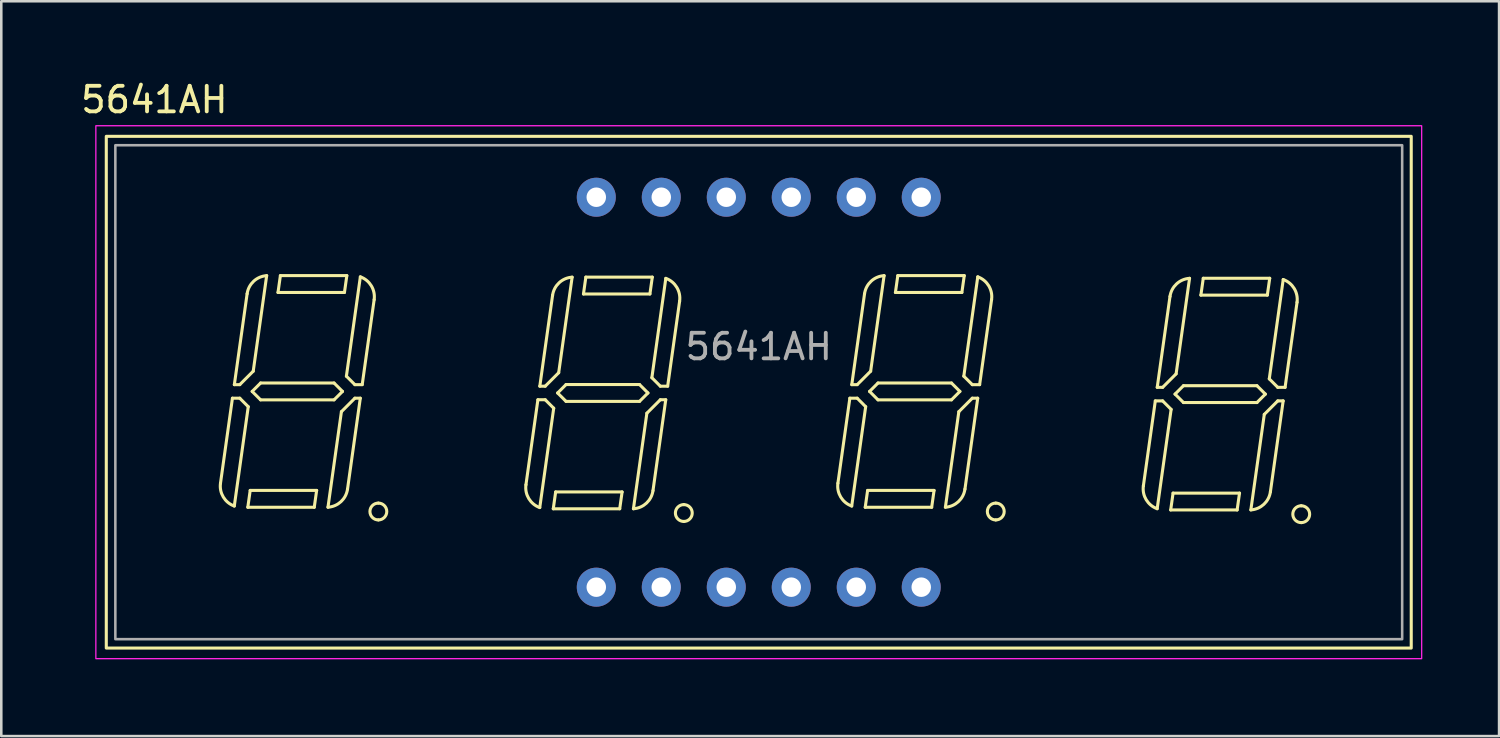
<source format=kicad_pcb>
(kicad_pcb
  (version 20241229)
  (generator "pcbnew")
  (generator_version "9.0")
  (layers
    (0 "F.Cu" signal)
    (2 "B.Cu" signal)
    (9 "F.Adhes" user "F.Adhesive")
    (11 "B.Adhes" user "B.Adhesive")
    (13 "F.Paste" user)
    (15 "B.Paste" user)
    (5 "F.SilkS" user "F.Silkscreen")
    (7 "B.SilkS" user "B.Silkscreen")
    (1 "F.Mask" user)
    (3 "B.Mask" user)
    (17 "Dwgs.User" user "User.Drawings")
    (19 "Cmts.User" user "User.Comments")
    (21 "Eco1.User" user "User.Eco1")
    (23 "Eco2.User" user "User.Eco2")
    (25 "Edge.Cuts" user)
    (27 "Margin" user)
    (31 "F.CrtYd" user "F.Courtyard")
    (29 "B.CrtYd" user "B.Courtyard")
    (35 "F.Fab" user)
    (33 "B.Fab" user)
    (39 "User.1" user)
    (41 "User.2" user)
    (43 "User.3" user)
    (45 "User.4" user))
  (footprint "5641AH"
    (layer "F.Cu")
    (at 26.604 12.278)
    (property "Reference" "5641AH" (at -23.622 -11.43 0) (unlocked yes) (layer "F.SilkS") (effects (font (size 1 1) (thickness 0.15))))
    (attr through_hole)
    (fp_line (start -20.57 0.235) (end -21.037 3.558) (stroke (width 0.12) (type solid)) (layer "F.SilkS"))
    (fp_line (start -20.497 4.449) (end -19.952 0.567) (stroke (width 0.12) (type solid)) (layer "F.SilkS"))
    (fp_line (start -20.495 -0.295) (end -20.283 -0.295) (stroke (width 0.12) (type solid)) (layer "F.SilkS"))
    (fp_line (start -20.283 -0.295) (end -19.757 -0.821) (stroke (width 0.12) (type solid)) (layer "F.SilkS"))
    (fp_line (start -20.283 0.235) (end -20.57 0.235) (stroke (width 0.12) (type solid)) (layer "F.SilkS"))
    (fp_line (start -19.996 -3.847) (end -20.495 -0.295) (stroke (width 0.12) (type solid)) (layer "F.SilkS"))
    (fp_line (start -19.969 4.497) (end -17.372 4.497) (stroke (width 0.12) (type solid)) (layer "F.SilkS"))
    (fp_line (start -19.952 0.567) (end -20.283 0.235) (stroke (width 0.12) (type solid)) (layer "F.SilkS"))
    (fp_line (start -19.876 3.839) (end -19.969 4.497) (stroke (width 0.12) (type solid)) (layer "F.SilkS"))
    (fp_line (start -19.799 -0.03) (end -19.47 0.299) (stroke (width 0.12) (type solid)) (layer "F.SilkS"))
    (fp_line (start -19.757 -0.821) (end -19.232 -4.555) (stroke (width 0.12) (type solid)) (layer "F.SilkS"))
    (fp_line (start -19.47 -0.359) (end -19.799 -0.03) (stroke (width 0.12) (type solid)) (layer "F.SilkS"))
    (fp_line (start -19.47 0.299) (end -16.598 0.299) (stroke (width 0.12) (type solid)) (layer "F.SilkS"))
    (fp_line (start -18.789 -3.898) (end -16.192 -3.898) (stroke (width 0.12) (type solid)) (layer "F.SilkS"))
    (fp_line (start -18.696 -4.556) (end -18.789 -3.898) (stroke (width 0.12) (type solid)) (layer "F.SilkS"))
    (fp_line (start -17.372 4.497) (end -17.279 3.839) (stroke (width 0.12) (type solid)) (layer "F.SilkS"))
    (fp_line (start -17.279 3.839) (end -19.876 3.839) (stroke (width 0.12) (type solid)) (layer "F.SilkS"))
    (fp_line (start -16.598 -0.359) (end -19.47 -0.359) (stroke (width 0.12) (type solid)) (layer "F.SilkS"))
    (fp_line (start -16.598 0.299) (end -16.269 -0.03) (stroke (width 0.12) (type solid)) (layer "F.SilkS"))
    (fp_line (start -16.311 0.762) (end -16.836 4.495) (stroke (width 0.12) (type solid)) (layer "F.SilkS"))
    (fp_line (start -16.269 -0.03) (end -16.598 -0.359) (stroke (width 0.12) (type solid)) (layer "F.SilkS"))
    (fp_line (start -16.192 -3.898) (end -16.099 -4.556) (stroke (width 0.12) (type solid)) (layer "F.SilkS"))
    (fp_line (start -16.116 -0.626) (end -15.785 -0.295) (stroke (width 0.12) (type solid)) (layer "F.SilkS"))
    (fp_line (start -16.099 -4.556) (end -18.696 -4.556) (stroke (width 0.12) (type solid)) (layer "F.SilkS"))
    (fp_line (start -16.072 3.788) (end -15.573 0.235) (stroke (width 0.12) (type solid)) (layer "F.SilkS"))
    (fp_line (start -15.785 -0.295) (end -15.498 -0.295) (stroke (width 0.12) (type solid)) (layer "F.SilkS"))
    (fp_line (start -15.785 0.235) (end -16.311 0.762) (stroke (width 0.12) (type solid)) (layer "F.SilkS"))
    (fp_line (start -15.573 0.235) (end -15.785 0.235) (stroke (width 0.12) (type solid)) (layer "F.SilkS"))
    (fp_line (start -15.571 -4.508) (end -16.116 -0.626) (stroke (width 0.12) (type solid)) (layer "F.SilkS"))
    (fp_line (start -15.498 -0.295) (end -15.031 -3.618) (stroke (width 0.12) (type solid)) (layer "F.SilkS"))
    (fp_line (start -8.632 0.295) (end -9.099 3.618) (stroke (width 0.12) (type solid)) (layer "F.SilkS"))
    (fp_line (start -8.559 4.508) (end -8.014 0.626) (stroke (width 0.12) (type solid)) (layer "F.SilkS"))
    (fp_line (start -8.557 -0.235) (end -8.345 -0.235) (stroke (width 0.12) (type solid)) (layer "F.SilkS"))
    (fp_line (start -8.345 -0.235) (end -7.819 -0.762) (stroke (width 0.12) (type solid)) (layer "F.SilkS"))
    (fp_line (start -8.345 0.295) (end -8.632 0.295) (stroke (width 0.12) (type solid)) (layer "F.SilkS"))
    (fp_line (start -8.058 -3.788) (end -8.557 -0.235) (stroke (width 0.12) (type solid)) (layer "F.SilkS"))
    (fp_line (start -8.031 4.556) (end -5.434 4.556) (stroke (width 0.12) (type solid)) (layer "F.SilkS"))
    (fp_line (start -8.014 0.626) (end -8.345 0.295) (stroke (width 0.12) (type solid)) (layer "F.SilkS"))
    (fp_line (start -7.938 3.898) (end -8.031 4.556) (stroke (width 0.12) (type solid)) (layer "F.SilkS"))
    (fp_line (start -7.861 0.03) (end -7.532 0.359) (stroke (width 0.12) (type solid)) (layer "F.SilkS"))
    (fp_line (start -7.819 -0.762) (end -7.294 -4.495) (stroke (width 0.12) (type solid)) (layer "F.SilkS"))
    (fp_line (start -7.532 -0.299) (end -7.861 0.03) (stroke (width 0.12) (type solid)) (layer "F.SilkS"))
    (fp_line (start -7.532 0.359) (end -4.66 0.359) (stroke (width 0.12) (type solid)) (layer "F.SilkS"))
    (fp_line (start -6.851 -3.839) (end -4.254 -3.839) (stroke (width 0.12) (type solid)) (layer "F.SilkS"))
    (fp_line (start -6.758 -4.497) (end -6.851 -3.839) (stroke (width 0.12) (type solid)) (layer "F.SilkS"))
    (fp_line (start -5.434 4.556) (end -5.341 3.898) (stroke (width 0.12) (type solid)) (layer "F.SilkS"))
    (fp_line (start -5.341 3.898) (end -7.938 3.898) (stroke (width 0.12) (type solid)) (layer "F.SilkS"))
    (fp_line (start -4.66 -0.299) (end -7.532 -0.299) (stroke (width 0.12) (type solid)) (layer "F.SilkS"))
    (fp_line (start -4.66 0.359) (end -4.331 0.03) (stroke (width 0.12) (type solid)) (layer "F.SilkS"))
    (fp_line (start -4.373 0.821) (end -4.898 4.555) (stroke (width 0.12) (type solid)) (layer "F.SilkS"))
    (fp_line (start -4.331 0.03) (end -4.66 -0.299) (stroke (width 0.12) (type solid)) (layer "F.SilkS"))
    (fp_line (start -4.254 -3.839) (end -4.161 -4.497) (stroke (width 0.12) (type solid)) (layer "F.SilkS"))
    (fp_line (start -4.178 -0.567) (end -3.847 -0.235) (stroke (width 0.12) (type solid)) (layer "F.SilkS"))
    (fp_line (start -4.161 -4.497) (end -6.758 -4.497) (stroke (width 0.12) (type solid)) (layer "F.SilkS"))
    (fp_line (start -4.134 3.847) (end -3.635 0.295) (stroke (width 0.12) (type solid)) (layer "F.SilkS"))
    (fp_line (start -3.847 -0.235) (end -3.56 -0.235) (stroke (width 0.12) (type solid)) (layer "F.SilkS"))
    (fp_line (start -3.847 0.295) (end -4.373 0.821) (stroke (width 0.12) (type solid)) (layer "F.SilkS"))
    (fp_line (start -3.635 0.295) (end -3.847 0.295) (stroke (width 0.12) (type solid)) (layer "F.SilkS"))
    (fp_line (start -3.633 -4.449) (end -4.178 -0.567) (stroke (width 0.12) (type solid)) (layer "F.SilkS"))
    (fp_line (start -3.56 -0.235) (end -3.093 -3.558) (stroke (width 0.12) (type solid)) (layer "F.SilkS"))
    (fp_line (start 3.56 0.235) (end 3.093 3.558) (stroke (width 0.12) (type solid)) (layer "F.SilkS"))
    (fp_line (start 3.633 4.449) (end 4.178 0.567) (stroke (width 0.12) (type solid)) (layer "F.SilkS"))
    (fp_line (start 3.635 -0.295) (end 3.847 -0.295) (stroke (width 0.12) (type solid)) (layer "F.SilkS"))
    (fp_line (start 3.847 -0.295) (end 4.373 -0.821) (stroke (width 0.12) (type solid)) (layer "F.SilkS"))
    (fp_line (start 3.847 0.235) (end 3.56 0.235) (stroke (width 0.12) (type solid)) (layer "F.SilkS"))
    (fp_line (start 4.134 -3.847) (end 3.635 -0.295) (stroke (width 0.12) (type solid)) (layer "F.SilkS"))
    (fp_line (start 4.161 4.497) (end 6.758 4.497) (stroke (width 0.12) (type solid)) (layer "F.SilkS"))
    (fp_line (start 4.178 0.567) (end 3.847 0.235) (stroke (width 0.12) (type solid)) (layer "F.SilkS"))
    (fp_line (start 4.254 3.839) (end 4.161 4.497) (stroke (width 0.12) (type solid)) (layer "F.SilkS"))
    (fp_line (start 4.331 -0.03) (end 4.66 0.299) (stroke (width 0.12) (type solid)) (layer "F.SilkS"))
    (fp_line (start 4.373 -0.821) (end 4.898 -4.555) (stroke (width 0.12) (type solid)) (layer "F.SilkS"))
    (fp_line (start 4.66 -0.359) (end 4.331 -0.03) (stroke (width 0.12) (type solid)) (layer "F.SilkS"))
    (fp_line (start 4.66 0.299) (end 7.532 0.299) (stroke (width 0.12) (type solid)) (layer "F.SilkS"))
    (fp_line (start 5.341 -3.898) (end 7.938 -3.898) (stroke (width 0.12) (type solid)) (layer "F.SilkS"))
    (fp_line (start 5.434 -4.556) (end 5.341 -3.898) (stroke (width 0.12) (type solid)) (layer "F.SilkS"))
    (fp_line (start 6.758 4.497) (end 6.851 3.839) (stroke (width 0.12) (type solid)) (layer "F.SilkS"))
    (fp_line (start 6.851 3.839) (end 4.254 3.839) (stroke (width 0.12) (type solid)) (layer "F.SilkS"))
    (fp_line (start 7.532 -0.359) (end 4.66 -0.359) (stroke (width 0.12) (type solid)) (layer "F.SilkS"))
    (fp_line (start 7.532 0.299) (end 7.861 -0.03) (stroke (width 0.12) (type solid)) (layer "F.SilkS"))
    (fp_line (start 7.819 0.762) (end 7.294 4.495) (stroke (width 0.12) (type solid)) (layer "F.SilkS"))
    (fp_line (start 7.861 -0.03) (end 7.532 -0.359) (stroke (width 0.12) (type solid)) (layer "F.SilkS"))
    (fp_line (start 7.938 -3.898) (end 8.031 -4.556) (stroke (width 0.12) (type solid)) (layer "F.SilkS"))
    (fp_line (start 8.014 -0.626) (end 8.345 -0.295) (stroke (width 0.12) (type solid)) (layer "F.SilkS"))
    (fp_line (start 8.031 -4.556) (end 5.434 -4.556) (stroke (width 0.12) (type solid)) (layer "F.SilkS"))
    (fp_line (start 8.058 3.788) (end 8.557 0.235) (stroke (width 0.12) (type solid)) (layer "F.SilkS"))
    (fp_line (start 8.345 -0.295) (end 8.632 -0.295) (stroke (width 0.12) (type solid)) (layer "F.SilkS"))
    (fp_line (start 8.345 0.235) (end 7.819 0.762) (stroke (width 0.12) (type solid)) (layer "F.SilkS"))
    (fp_line (start 8.557 0.235) (end 8.345 0.235) (stroke (width 0.12) (type solid)) (layer "F.SilkS"))
    (fp_line (start 8.559 -4.508) (end 8.014 -0.626) (stroke (width 0.12) (type solid)) (layer "F.SilkS"))
    (fp_line (start 8.632 -0.295) (end 9.099 -3.618) (stroke (width 0.12) (type solid)) (layer "F.SilkS"))
    (fp_line (start 15.498 0.34) (end 15.031 3.663) (stroke (width 0.12) (type solid)) (layer "F.SilkS"))
    (fp_line (start 15.571 4.554) (end 16.116 0.672) (stroke (width 0.12) (type solid)) (layer "F.SilkS"))
    (fp_line (start 15.573 -0.19) (end 15.785 -0.19) (stroke (width 0.12) (type solid)) (layer "F.SilkS"))
    (fp_line (start 15.785 -0.19) (end 16.311 -0.717) (stroke (width 0.12) (type solid)) (layer "F.SilkS"))
    (fp_line (start 15.785 0.34) (end 15.498 0.34) (stroke (width 0.12) (type solid)) (layer "F.SilkS"))
    (fp_line (start 16.072 -3.742) (end 15.573 -0.19) (stroke (width 0.12) (type solid)) (layer "F.SilkS"))
    (fp_line (start 16.099 4.602) (end 18.696 4.602) (stroke (width 0.12) (type solid)) (layer "F.SilkS"))
    (fp_line (start 16.116 0.672) (end 15.785 0.34) (stroke (width 0.12) (type solid)) (layer "F.SilkS"))
    (fp_line (start 16.192 3.944) (end 16.099 4.602) (stroke (width 0.12) (type solid)) (layer "F.SilkS"))
    (fp_line (start 16.269 0.075) (end 16.598 0.404) (stroke (width 0.12) (type solid)) (layer "F.SilkS"))
    (fp_line (start 16.311 -0.717) (end 16.836 -4.45) (stroke (width 0.12) (type solid)) (layer "F.SilkS"))
    (fp_line (start 16.598 -0.254) (end 16.269 0.075) (stroke (width 0.12) (type solid)) (layer "F.SilkS"))
    (fp_line (start 16.598 0.404) (end 19.47 0.404) (stroke (width 0.12) (type solid)) (layer "F.SilkS"))
    (fp_line (start 17.279 -3.794) (end 19.876 -3.794) (stroke (width 0.12) (type solid)) (layer "F.SilkS"))
    (fp_line (start 17.372 -4.452) (end 17.279 -3.794) (stroke (width 0.12) (type solid)) (layer "F.SilkS"))
    (fp_line (start 18.696 4.602) (end 18.789 3.944) (stroke (width 0.12) (type solid)) (layer "F.SilkS"))
    (fp_line (start 18.789 3.944) (end 16.192 3.944) (stroke (width 0.12) (type solid)) (layer "F.SilkS"))
    (fp_line (start 19.47 -0.254) (end 16.598 -0.254) (stroke (width 0.12) (type solid)) (layer "F.SilkS"))
    (fp_line (start 19.47 0.404) (end 19.799 0.075) (stroke (width 0.12) (type solid)) (layer "F.SilkS"))
    (fp_line (start 19.757 0.867) (end 19.232 4.6) (stroke (width 0.12) (type solid)) (layer "F.SilkS"))
    (fp_line (start 19.799 0.075) (end 19.47 -0.254) (stroke (width 0.12) (type solid)) (layer "F.SilkS"))
    (fp_line (start 19.876 -3.794) (end 19.969 -4.452) (stroke (width 0.12) (type solid)) (layer "F.SilkS"))
    (fp_line (start 19.952 -0.522) (end 20.283 -0.19) (stroke (width 0.12) (type solid)) (layer "F.SilkS"))
    (fp_line (start 19.969 -4.452) (end 17.372 -4.452) (stroke (width 0.12) (type solid)) (layer "F.SilkS"))
    (fp_line (start 19.996 3.892) (end 20.495 0.34) (stroke (width 0.12) (type solid)) (layer "F.SilkS"))
    (fp_line (start 20.283 -0.19) (end 20.57 -0.19) (stroke (width 0.12) (type solid)) (layer "F.SilkS"))
    (fp_line (start 20.283 0.34) (end 19.757 0.867) (stroke (width 0.12) (type solid)) (layer "F.SilkS"))
    (fp_line (start 20.495 0.34) (end 20.283 0.34) (stroke (width 0.12) (type solid)) (layer "F.SilkS"))
    (fp_line (start 20.497 -4.404) (end 19.952 -0.522) (stroke (width 0.12) (type solid)) (layer "F.SilkS"))
    (fp_line (start 20.57 -0.19) (end 21.037 -3.513) (stroke (width 0.12) (type solid)) (layer "F.SilkS"))
    (fp_rect (start -25.5 -10) (end 25.5 10) (stroke (width 0.12) (type solid)) (fill no) (layer "F.SilkS"))
    (fp_arc (start -20.497289 4.449106) (mid -20.92548 4.099676) (end -21.036559 3.558279) (stroke (width 0.12) (type solid)) (layer "F.SilkS"))
    (fp_arc (start -19.995831 -3.846921) (mid -19.739827 -4.336727) (end -19.231909 -4.554596) (stroke (width 0.12) (type solid)) (layer "F.SilkS"))
    (fp_arc (start -16.072168 3.787636) (mid -16.328172 4.277442) (end -16.836091 4.49531) (stroke (width 0.12) (type solid)) (layer "F.SilkS"))
    (fp_arc (start -15.570711 -4.508392) (mid -15.14252 -4.158962) (end -15.031441 -3.617565) (stroke (width 0.12) (type solid)) (layer "F.SilkS"))
    (fp_arc (start -14.867056 4.333958) (mid -14.538057 4.662957) (end -14.867056 4.991956) (stroke (width 0.12) (type solid)) (layer "F.SilkS"))
    (fp_arc (start -14.867056 4.991957) (mid -15.196056 4.662957) (end -14.867056 4.333957) (stroke (width 0.12) (type solid)) (layer "F.SilkS"))
    (fp_arc (start -8.559289 4.508392) (mid -8.98748 4.158962) (end -9.098559 3.617565) (stroke (width 0.12) (type solid)) (layer "F.SilkS"))
    (fp_arc (start -8.057831 -3.787635) (mid -7.801827 -4.277441) (end -7.293909 -4.49531) (stroke (width 0.12) (type solid)) (layer "F.SilkS"))
    (fp_arc (start -4.134168 3.846922) (mid -4.390172 4.336728) (end -4.898091 4.554596) (stroke (width 0.12) (type solid)) (layer "F.SilkS"))
    (fp_arc (start -3.632711 -4.449106) (mid -3.20452 -4.099676) (end -3.093441 -3.558279) (stroke (width 0.12) (type solid)) (layer "F.SilkS"))
    (fp_arc (start -2.929056 4.393244) (mid -2.600057 4.722243) (end -2.929056 5.051242) (stroke (width 0.12) (type solid)) (layer "F.SilkS"))
    (fp_arc (start -2.929056 5.051243) (mid -3.258056 4.722243) (end -2.929056 4.393243) (stroke (width 0.12) (type solid)) (layer "F.SilkS"))
    (fp_arc (start 3.632712 4.449106) (mid 3.204521 4.099676) (end 3.093442 3.558279) (stroke (width 0.12) (type solid)) (layer "F.SilkS"))
    (fp_arc (start 4.13417 -3.846921) (mid 4.390174 -4.336727) (end 4.898092 -4.554596) (stroke (width 0.12) (type solid)) (layer "F.SilkS"))
    (fp_arc (start 8.057833 3.787636) (mid 7.801829 4.277442) (end 7.29391 4.49531) (stroke (width 0.12) (type solid)) (layer "F.SilkS"))
    (fp_arc (start 8.55929 -4.508392) (mid 8.987481 -4.158962) (end 9.09856 -3.617565) (stroke (width 0.12) (type solid)) (layer "F.SilkS"))
    (fp_arc (start 9.262945 4.333958) (mid 9.591944 4.662957) (end 9.262945 4.991956) (stroke (width 0.12) (type solid)) (layer "F.SilkS"))
    (fp_arc (start 9.262945 4.991957) (mid 8.933945 4.662957) (end 9.262945 4.333957) (stroke (width 0.12) (type solid)) (layer "F.SilkS"))
    (fp_arc (start 15.570712 4.553749) (mid 15.142521 4.204319) (end 15.031442 3.662922) (stroke (width 0.12) (type solid)) (layer "F.SilkS"))
    (fp_arc (start 16.07217 -3.742278) (mid 16.328174 -4.232084) (end 16.836092 -4.449953) (stroke (width 0.12) (type solid)) (layer "F.SilkS"))
    (fp_arc (start 19.995833 3.892279) (mid 19.739829 4.382085) (end 19.23191 4.599953) (stroke (width 0.12) (type solid)) (layer "F.SilkS"))
    (fp_arc (start 20.49729 -4.403749) (mid 20.925481 -4.054319) (end 21.03656 -3.512922) (stroke (width 0.12) (type solid)) (layer "F.SilkS"))
    (fp_arc (start 21.200945 4.438601) (mid 21.529944 4.7676) (end 21.200945 5.096599) (stroke (width 0.12) (type solid)) (layer "F.SilkS"))
    (fp_arc (start 21.200945 5.0966) (mid 20.871945 4.7676) (end 21.200945 4.4386) (stroke (width 0.12) (type solid)) (layer "F.SilkS"))
    (fp_rect (start -25.908 -10.414) (end 25.908 10.414) (stroke (width 0.05) (type solid)) (fill no) (layer "F.CrtYd"))
    (fp_rect (start -25.146 -9.652) (end 25.146 9.652) (stroke (width 0.1) (type solid)) (fill no) (layer "F.Fab"))
    (fp_text user "${REFERENCE}" (at 0 -1.778 0) (unlocked yes) (layer "F.Fab") (effects (font (size 1 1) (thickness 0.15))))
    (pad "1" thru_hole circle (at -6.35 7.62) (size 1.524 1.524) (drill 0.762) (layers "*.Cu" "*.Mask"))
    (pad "2" thru_hole circle (at -3.81 7.62) (size 1.524 1.524) (drill 0.762) (layers "*.Cu" "*.Mask"))
    (pad "3" thru_hole circle (at -1.27 7.62) (size 1.524 1.524) (drill 0.762) (layers "*.Cu" "*.Mask"))
    (pad "4" thru_hole circle (at 1.27 7.62) (size 1.524 1.524) (drill 0.762) (layers "*.Cu" "*.Mask"))
    (pad "5" thru_hole circle (at 3.81 7.62) (size 1.524 1.524) (drill 0.762) (layers "*.Cu" "*.Mask"))
    (pad "6" thru_hole circle (at 6.35 7.62) (size 1.524 1.524) (drill 0.762) (layers "*.Cu" "*.Mask"))
    (pad "7" thru_hole circle (at 6.35 -7.62) (size 1.524 1.524) (drill 0.762) (layers "*.Cu" "*.Mask"))
    (pad "8" thru_hole circle (at 3.81 -7.62) (size 1.524 1.524) (drill 0.762) (layers "*.Cu" "*.Mask"))
    (pad "9" thru_hole circle (at 1.27 -7.62) (size 1.524 1.524) (drill 0.762) (layers "*.Cu" "*.Mask"))
    (pad "10" thru_hole circle (at -1.27 -7.62) (size 1.524 1.524) (drill 0.762) (layers "*.Cu" "*.Mask"))
    (pad "11" thru_hole circle (at -3.81 -7.62) (size 1.524 1.524) (drill 0.762) (layers "*.Cu" "*.Mask"))
    (pad "12" thru_hole circle (at -6.35 -7.62) (size 1.524 1.524) (drill 0.762) (layers "*.Cu" "*.Mask")))
  (gr_rect
    (start -3 -3)
    (end 55.537 25.717)
    (stroke (width 0.1) (type default))
    (fill no)
    (layer "Edge.Cuts")))
</source>
